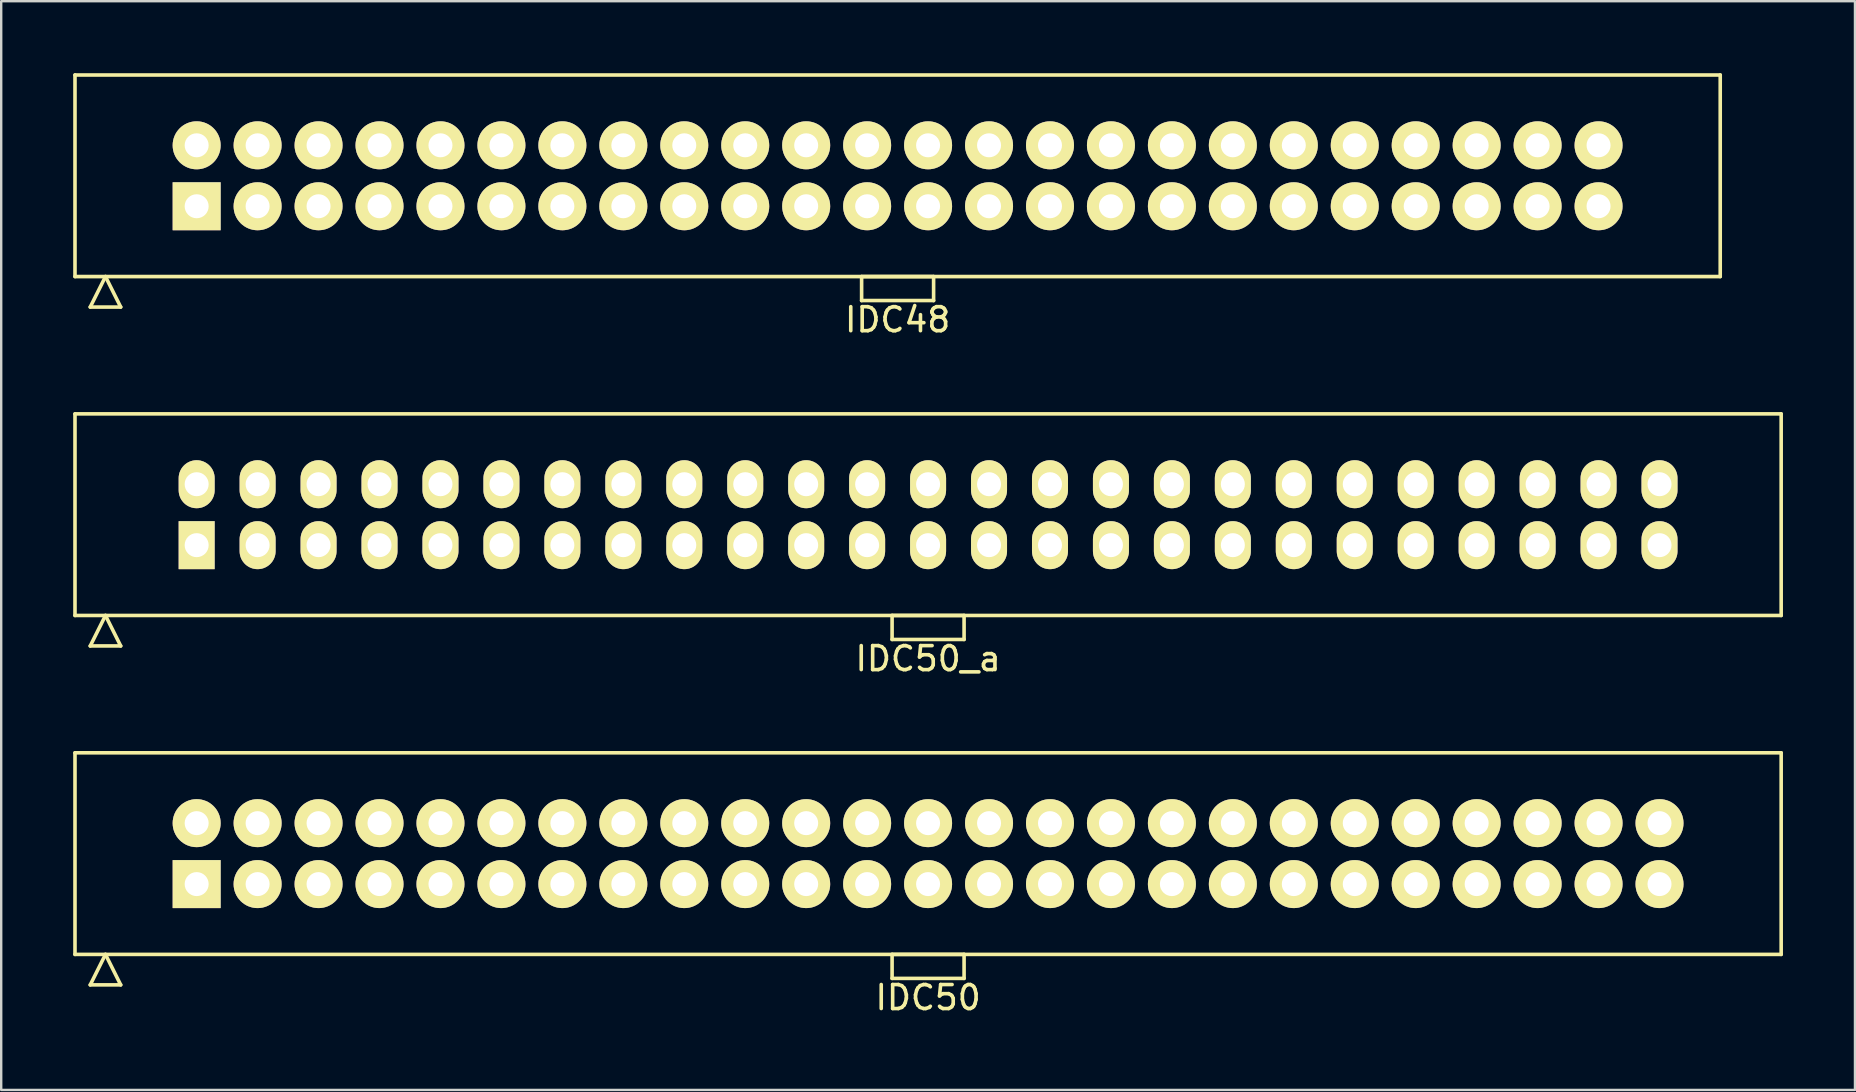
<source format=kicad_pcb>
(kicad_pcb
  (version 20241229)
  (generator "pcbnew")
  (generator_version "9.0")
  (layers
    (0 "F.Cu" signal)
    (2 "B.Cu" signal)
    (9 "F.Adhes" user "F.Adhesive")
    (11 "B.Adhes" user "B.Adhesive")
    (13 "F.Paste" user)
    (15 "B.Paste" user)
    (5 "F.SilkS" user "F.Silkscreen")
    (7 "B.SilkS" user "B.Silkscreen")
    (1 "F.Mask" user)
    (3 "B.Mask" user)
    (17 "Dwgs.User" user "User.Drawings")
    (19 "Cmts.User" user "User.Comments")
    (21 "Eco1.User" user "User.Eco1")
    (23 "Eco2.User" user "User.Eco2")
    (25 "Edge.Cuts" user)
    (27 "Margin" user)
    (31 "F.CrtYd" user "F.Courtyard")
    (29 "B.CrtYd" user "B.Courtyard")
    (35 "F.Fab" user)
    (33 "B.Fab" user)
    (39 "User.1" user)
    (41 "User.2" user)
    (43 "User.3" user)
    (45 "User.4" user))
  (footprint "IDC50_a"
    (layer "F.Cu")
    (at 35.625 18.398)
    (property "Reference" "IDC50_a" (at 0 6 0) (layer "F.SilkS") (effects (font (size 1 1) (thickness 0.15))))
    (attr through_hole)
    (fp_line (start -35.55 -4.2) (end -35.55 4.2) (stroke (width 0.15) (type solid)) (layer "F.SilkS"))
    (fp_line (start -35.55 4.2) (end 35.55 4.2) (stroke (width 0.15) (type solid)) (layer "F.SilkS"))
    (fp_line (start -34.915 5.47) (end -34.28 4.2) (stroke (width 0.15) (type solid)) (layer "F.SilkS"))
    (fp_line (start -34.915 5.47) (end -33.645 5.47) (stroke (width 0.15) (type solid)) (layer "F.SilkS"))
    (fp_line (start -33.645 5.47) (end -34.28 4.2) (stroke (width 0.15) (type solid)) (layer "F.SilkS"))
    (fp_line (start -1.5 4.2) (end -1.5 5.2) (stroke (width 0.15) (type solid)) (layer "F.SilkS"))
    (fp_line (start -1.5 5.2) (end 1.5 5.2) (stroke (width 0.15) (type solid)) (layer "F.SilkS"))
    (fp_line (start 1.5 4.2) (end -1.5 4.2) (stroke (width 0.15) (type solid)) (layer "F.SilkS"))
    (fp_line (start 1.5 5.2) (end 1.5 4.2) (stroke (width 0.15) (type solid)) (layer "F.SilkS"))
    (fp_line (start 35.55 -4.2) (end -35.55 -4.2) (stroke (width 0.15) (type solid)) (layer "F.SilkS"))
    (fp_line (start 35.55 4.2) (end 35.55 -4.2) (stroke (width 0.15) (type solid)) (layer "F.SilkS"))
    (pad "1" thru_hole rect (at -30.48 1.27) (size 1.5 2) (drill 1) (layers "*.Cu" "*.Mask" "F.SilkS"))
    (pad "2" thru_hole oval (at -30.48 -1.27) (size 1.5 2) (drill 1) (layers "*.Cu" "*.Mask" "F.SilkS"))
    (pad "3" thru_hole oval (at -27.94 1.27) (size 1.5 2) (drill 1) (layers "*.Cu" "*.Mask" "F.SilkS"))
    (pad "4" thru_hole oval (at -27.94 -1.27) (size 1.5 2) (drill 1) (layers "*.Cu" "*.Mask" "F.SilkS"))
    (pad "5" thru_hole oval (at -25.4 1.27) (size 1.5 2) (drill 1) (layers "*.Cu" "*.Mask" "F.SilkS"))
    (pad "6" thru_hole oval (at -25.4 -1.27) (size 1.5 2) (drill 1) (layers "*.Cu" "*.Mask" "F.SilkS"))
    (pad "7" thru_hole oval (at -22.86 1.27) (size 1.5 2) (drill 1) (layers "*.Cu" "*.Mask" "F.SilkS"))
    (pad "8" thru_hole oval (at -22.86 -1.27) (size 1.5 2) (drill 1) (layers "*.Cu" "*.Mask" "F.SilkS"))
    (pad "9" thru_hole oval (at -20.32 1.27) (size 1.5 2) (drill 1) (layers "*.Cu" "*.Mask" "F.SilkS"))
    (pad "10" thru_hole oval (at -20.32 -1.27) (size 1.5 2) (drill 1) (layers "*.Cu" "*.Mask" "F.SilkS"))
    (pad "11" thru_hole oval (at -17.78 1.27) (size 1.5 2) (drill 1) (layers "*.Cu" "*.Mask" "F.SilkS"))
    (pad "12" thru_hole oval (at -17.78 -1.27) (size 1.5 2) (drill 1) (layers "*.Cu" "*.Mask" "F.SilkS"))
    (pad "13" thru_hole oval (at -15.24 1.27) (size 1.5 2) (drill 1) (layers "*.Cu" "*.Mask" "F.SilkS"))
    (pad "14" thru_hole oval (at -15.24 -1.27) (size 1.5 2) (drill 1) (layers "*.Cu" "*.Mask" "F.SilkS"))
    (pad "15" thru_hole oval (at -12.7 1.27) (size 1.5 2) (drill 1) (layers "*.Cu" "*.Mask" "F.SilkS"))
    (pad "16" thru_hole oval (at -12.7 -1.27) (size 1.5 2) (drill 1) (layers "*.Cu" "*.Mask" "F.SilkS"))
    (pad "17" thru_hole oval (at -10.16 1.27) (size 1.5 2) (drill 1) (layers "*.Cu" "*.Mask" "F.SilkS"))
    (pad "18" thru_hole oval (at -10.16 -1.27) (size 1.5 2) (drill 1) (layers "*.Cu" "*.Mask" "F.SilkS"))
    (pad "19" thru_hole oval (at -7.62 1.27) (size 1.5 2) (drill 1) (layers "*.Cu" "*.Mask" "F.SilkS"))
    (pad "20" thru_hole oval (at -7.62 -1.27) (size 1.5 2) (drill 1) (layers "*.Cu" "*.Mask" "F.SilkS"))
    (pad "21" thru_hole oval (at -5.08 1.27) (size 1.5 2) (drill 1) (layers "*.Cu" "*.Mask" "F.SilkS"))
    (pad "22" thru_hole oval (at -5.08 -1.27) (size 1.5 2) (drill 1) (layers "*.Cu" "*.Mask" "F.SilkS"))
    (pad "23" thru_hole oval (at -2.54 1.27) (size 1.5 2) (drill 1) (layers "*.Cu" "*.Mask" "F.SilkS"))
    (pad "24" thru_hole oval (at -2.54 -1.27) (size 1.5 2) (drill 1) (layers "*.Cu" "*.Mask" "F.SilkS"))
    (pad "25" thru_hole oval (at 0 1.27) (size 1.5 2) (drill 1) (layers "*.Cu" "*.Mask" "F.SilkS"))
    (pad "26" thru_hole oval (at 0 -1.27) (size 1.5 2) (drill 1) (layers "*.Cu" "*.Mask" "F.SilkS"))
    (pad "27" thru_hole oval (at 2.54 1.27) (size 1.5 2) (drill 1) (layers "*.Cu" "*.Mask" "F.SilkS"))
    (pad "28" thru_hole oval (at 2.54 -1.27) (size 1.5 2) (drill 1) (layers "*.Cu" "*.Mask" "F.SilkS"))
    (pad "29" thru_hole oval (at 5.08 1.27) (size 1.5 2) (drill 1) (layers "*.Cu" "*.Mask" "F.SilkS"))
    (pad "30" thru_hole oval (at 5.08 -1.27) (size 1.5 2) (drill 1) (layers "*.Cu" "*.Mask" "F.SilkS"))
    (pad "31" thru_hole oval (at 7.62 1.27) (size 1.5 2) (drill 1) (layers "*.Cu" "*.Mask" "F.SilkS"))
    (pad "32" thru_hole oval (at 7.62 -1.27) (size 1.5 2) (drill 1) (layers "*.Cu" "*.Mask" "F.SilkS"))
    (pad "33" thru_hole oval (at 10.16 1.27) (size 1.5 2) (drill 1) (layers "*.Cu" "*.Mask" "F.SilkS"))
    (pad "34" thru_hole oval (at 10.16 -1.27) (size 1.5 2) (drill 1) (layers "*.Cu" "*.Mask" "F.SilkS"))
    (pad "35" thru_hole oval (at 12.7 1.27) (size 1.5 2) (drill 1) (layers "*.Cu" "*.Mask" "F.SilkS"))
    (pad "36" thru_hole oval (at 12.7 -1.27) (size 1.5 2) (drill 1) (layers "*.Cu" "*.Mask" "F.SilkS"))
    (pad "37" thru_hole oval (at 15.24 1.27) (size 1.5 2) (drill 1) (layers "*.Cu" "*.Mask" "F.SilkS"))
    (pad "38" thru_hole oval (at 15.24 -1.27) (size 1.5 2) (drill 1) (layers "*.Cu" "*.Mask" "F.SilkS"))
    (pad "39" thru_hole oval (at 17.78 1.27) (size 1.5 2) (drill 1) (layers "*.Cu" "*.Mask" "F.SilkS"))
    (pad "40" thru_hole oval (at 17.78 -1.27) (size 1.5 2) (drill 1) (layers "*.Cu" "*.Mask" "F.SilkS"))
    (pad "41" thru_hole oval (at 20.32 1.27) (size 1.5 2) (drill 1) (layers "*.Cu" "*.Mask" "F.SilkS"))
    (pad "42" thru_hole oval (at 20.32 -1.27) (size 1.5 2) (drill 1) (layers "*.Cu" "*.Mask" "F.SilkS"))
    (pad "43" thru_hole oval (at 22.86 1.27) (size 1.5 2) (drill 1) (layers "*.Cu" "*.Mask" "F.SilkS"))
    (pad "44" thru_hole oval (at 22.86 -1.27) (size 1.5 2) (drill 1) (layers "*.Cu" "*.Mask" "F.SilkS"))
    (pad "45" thru_hole oval (at 25.4 1.27) (size 1.5 2) (drill 1) (layers "*.Cu" "*.Mask" "F.SilkS"))
    (pad "46" thru_hole oval (at 25.4 -1.27) (size 1.5 2) (drill 1) (layers "*.Cu" "*.Mask" "F.SilkS"))
    (pad "47" thru_hole oval (at 27.94 1.27) (size 1.5 2) (drill 1) (layers "*.Cu" "*.Mask" "F.SilkS"))
    (pad "48" thru_hole oval (at 27.94 -1.27) (size 1.5 2) (drill 1) (layers "*.Cu" "*.Mask" "F.SilkS"))
    (pad "49" thru_hole oval (at 30.48 1.27) (size 1.5 2) (drill 1) (layers "*.Cu" "*.Mask" "F.SilkS"))
    (pad "50" thru_hole oval (at 30.48 -1.27) (size 1.5 2) (drill 1) (layers "*.Cu" "*.Mask" "F.SilkS")))
  (footprint "IDC50"
    (layer "F.Cu")
    (at 35.625 32.522)
    (property "Reference" "IDC50" (at 0 6 0) (layer "F.SilkS") (effects (font (size 1 1) (thickness 0.15))))
    (attr through_hole)
    (fp_line (start -35.55 -4.2) (end -35.55 4.2) (stroke (width 0.15) (type solid)) (layer "F.SilkS"))
    (fp_line (start -35.55 4.2) (end 35.55 4.2) (stroke (width 0.15) (type solid)) (layer "F.SilkS"))
    (fp_line (start -34.915 5.47) (end -34.28 4.2) (stroke (width 0.15) (type solid)) (layer "F.SilkS"))
    (fp_line (start -34.915 5.47) (end -33.645 5.47) (stroke (width 0.15) (type solid)) (layer "F.SilkS"))
    (fp_line (start -33.645 5.47) (end -34.28 4.2) (stroke (width 0.15) (type solid)) (layer "F.SilkS"))
    (fp_line (start -1.5 4.2) (end -1.5 5.2) (stroke (width 0.15) (type solid)) (layer "F.SilkS"))
    (fp_line (start -1.5 5.2) (end 1.5 5.2) (stroke (width 0.15) (type solid)) (layer "F.SilkS"))
    (fp_line (start 1.5 4.2) (end -1.5 4.2) (stroke (width 0.15) (type solid)) (layer "F.SilkS"))
    (fp_line (start 1.5 5.2) (end 1.5 4.2) (stroke (width 0.15) (type solid)) (layer "F.SilkS"))
    (fp_line (start 35.55 -4.2) (end -35.55 -4.2) (stroke (width 0.15) (type solid)) (layer "F.SilkS"))
    (fp_line (start 35.55 4.2) (end 35.55 -4.2) (stroke (width 0.15) (type solid)) (layer "F.SilkS"))
    (pad "1" thru_hole rect (at -30.48 1.27) (size 2 2) (drill 1) (layers "*.Cu" "*.Mask" "F.SilkS"))
    (pad "2" thru_hole oval (at -30.48 -1.27) (size 2 2) (drill 1) (layers "*.Cu" "*.Mask" "F.SilkS"))
    (pad "3" thru_hole oval (at -27.94 1.27) (size 2 2) (drill 1) (layers "*.Cu" "*.Mask" "F.SilkS"))
    (pad "4" thru_hole oval (at -27.94 -1.27) (size 2 2) (drill 1) (layers "*.Cu" "*.Mask" "F.SilkS"))
    (pad "5" thru_hole oval (at -25.4 1.27) (size 2 2) (drill 1) (layers "*.Cu" "*.Mask" "F.SilkS"))
    (pad "6" thru_hole oval (at -25.4 -1.27) (size 2 2) (drill 1) (layers "*.Cu" "*.Mask" "F.SilkS"))
    (pad "7" thru_hole oval (at -22.86 1.27) (size 2 2) (drill 1) (layers "*.Cu" "*.Mask" "F.SilkS"))
    (pad "8" thru_hole oval (at -22.86 -1.27) (size 2 2) (drill 1) (layers "*.Cu" "*.Mask" "F.SilkS"))
    (pad "9" thru_hole oval (at -20.32 1.27) (size 2 2) (drill 1) (layers "*.Cu" "*.Mask" "F.SilkS"))
    (pad "10" thru_hole oval (at -20.32 -1.27) (size 2 2) (drill 1) (layers "*.Cu" "*.Mask" "F.SilkS"))
    (pad "11" thru_hole oval (at -17.78 1.27) (size 2 2) (drill 1) (layers "*.Cu" "*.Mask" "F.SilkS"))
    (pad "12" thru_hole oval (at -17.78 -1.27) (size 2 2) (drill 1) (layers "*.Cu" "*.Mask" "F.SilkS"))
    (pad "13" thru_hole oval (at -15.24 1.27) (size 2 2) (drill 1) (layers "*.Cu" "*.Mask" "F.SilkS"))
    (pad "14" thru_hole oval (at -15.24 -1.27) (size 2 2) (drill 1) (layers "*.Cu" "*.Mask" "F.SilkS"))
    (pad "15" thru_hole oval (at -12.7 1.27) (size 2 2) (drill 1) (layers "*.Cu" "*.Mask" "F.SilkS"))
    (pad "16" thru_hole oval (at -12.7 -1.27) (size 2 2) (drill 1) (layers "*.Cu" "*.Mask" "F.SilkS"))
    (pad "17" thru_hole oval (at -10.16 1.27) (size 2 2) (drill 1) (layers "*.Cu" "*.Mask" "F.SilkS"))
    (pad "18" thru_hole oval (at -10.16 -1.27) (size 2 2) (drill 1) (layers "*.Cu" "*.Mask" "F.SilkS"))
    (pad "19" thru_hole oval (at -7.62 1.27) (size 2 2) (drill 1) (layers "*.Cu" "*.Mask" "F.SilkS"))
    (pad "20" thru_hole oval (at -7.62 -1.27) (size 2 2) (drill 1) (layers "*.Cu" "*.Mask" "F.SilkS"))
    (pad "21" thru_hole oval (at -5.08 1.27) (size 2 2) (drill 1) (layers "*.Cu" "*.Mask" "F.SilkS"))
    (pad "22" thru_hole oval (at -5.08 -1.27) (size 2 2) (drill 1) (layers "*.Cu" "*.Mask" "F.SilkS"))
    (pad "23" thru_hole oval (at -2.54 1.27) (size 2 2) (drill 1) (layers "*.Cu" "*.Mask" "F.SilkS"))
    (pad "24" thru_hole oval (at -2.54 -1.27) (size 2 2) (drill 1) (layers "*.Cu" "*.Mask" "F.SilkS"))
    (pad "25" thru_hole oval (at 0 1.27) (size 2 2) (drill 1) (layers "*.Cu" "*.Mask" "F.SilkS"))
    (pad "26" thru_hole oval (at 0 -1.27) (size 2 2) (drill 1) (layers "*.Cu" "*.Mask" "F.SilkS"))
    (pad "27" thru_hole oval (at 2.54 1.27) (size 2 2) (drill 1) (layers "*.Cu" "*.Mask" "F.SilkS"))
    (pad "28" thru_hole oval (at 2.54 -1.27) (size 2 2) (drill 1) (layers "*.Cu" "*.Mask" "F.SilkS"))
    (pad "29" thru_hole oval (at 5.08 1.27) (size 2 2) (drill 1) (layers "*.Cu" "*.Mask" "F.SilkS"))
    (pad "30" thru_hole oval (at 5.08 -1.27) (size 2 2) (drill 1) (layers "*.Cu" "*.Mask" "F.SilkS"))
    (pad "31" thru_hole oval (at 7.62 1.27) (size 2 2) (drill 1) (layers "*.Cu" "*.Mask" "F.SilkS"))
    (pad "32" thru_hole oval (at 7.62 -1.27) (size 2 2) (drill 1) (layers "*.Cu" "*.Mask" "F.SilkS"))
    (pad "33" thru_hole oval (at 10.16 1.27) (size 2 2) (drill 1) (layers "*.Cu" "*.Mask" "F.SilkS"))
    (pad "34" thru_hole oval (at 10.16 -1.27) (size 2 2) (drill 1) (layers "*.Cu" "*.Mask" "F.SilkS"))
    (pad "35" thru_hole oval (at 12.7 1.27) (size 2 2) (drill 1) (layers "*.Cu" "*.Mask" "F.SilkS"))
    (pad "36" thru_hole oval (at 12.7 -1.27) (size 2 2) (drill 1) (layers "*.Cu" "*.Mask" "F.SilkS"))
    (pad "37" thru_hole oval (at 15.24 1.27) (size 2 2) (drill 1) (layers "*.Cu" "*.Mask" "F.SilkS"))
    (pad "38" thru_hole oval (at 15.24 -1.27) (size 2 2) (drill 1) (layers "*.Cu" "*.Mask" "F.SilkS"))
    (pad "39" thru_hole oval (at 17.78 1.27) (size 2 2) (drill 1) (layers "*.Cu" "*.Mask" "F.SilkS"))
    (pad "40" thru_hole oval (at 17.78 -1.27) (size 2 2) (drill 1) (layers "*.Cu" "*.Mask" "F.SilkS"))
    (pad "41" thru_hole oval (at 20.32 1.27) (size 2 2) (drill 1) (layers "*.Cu" "*.Mask" "F.SilkS"))
    (pad "42" thru_hole oval (at 20.32 -1.27) (size 2 2) (drill 1) (layers "*.Cu" "*.Mask" "F.SilkS"))
    (pad "43" thru_hole oval (at 22.86 1.27) (size 2 2) (drill 1) (layers "*.Cu" "*.Mask" "F.SilkS"))
    (pad "44" thru_hole oval (at 22.86 -1.27) (size 2 2) (drill 1) (layers "*.Cu" "*.Mask" "F.SilkS"))
    (pad "45" thru_hole oval (at 25.4 1.27) (size 2 2) (drill 1) (layers "*.Cu" "*.Mask" "F.SilkS"))
    (pad "46" thru_hole oval (at 25.4 -1.27) (size 2 2) (drill 1) (layers "*.Cu" "*.Mask" "F.SilkS"))
    (pad "47" thru_hole oval (at 27.94 1.27) (size 2 2) (drill 1) (layers "*.Cu" "*.Mask" "F.SilkS"))
    (pad "48" thru_hole oval (at 27.94 -1.27) (size 2 2) (drill 1) (layers "*.Cu" "*.Mask" "F.SilkS"))
    (pad "49" thru_hole oval (at 30.48 1.27) (size 2 2) (drill 1) (layers "*.Cu" "*.Mask" "F.SilkS"))
    (pad "50" thru_hole oval (at 30.48 -1.27) (size 2 2) (drill 1) (layers "*.Cu" "*.Mask" "F.SilkS")))
  (footprint "IDC48"
    (layer "F.Cu")
    (at 34.355 4.275)
    (property "Reference" "IDC48" (at 0 6 0) (layer "F.SilkS") (effects (font (size 1 1) (thickness 0.15))))
    (attr through_hole)
    (fp_line (start -34.28 -4.2) (end -34.28 4.2) (stroke (width 0.15) (type solid)) (layer "F.SilkS"))
    (fp_line (start -34.28 4.2) (end 34.28 4.2) (stroke (width 0.15) (type solid)) (layer "F.SilkS"))
    (fp_line (start -33.645 5.47) (end -33.01 4.2) (stroke (width 0.15) (type solid)) (layer "F.SilkS"))
    (fp_line (start -33.645 5.47) (end -32.375 5.47) (stroke (width 0.15) (type solid)) (layer "F.SilkS"))
    (fp_line (start -32.375 5.47) (end -33.01 4.2) (stroke (width 0.15) (type solid)) (layer "F.SilkS"))
    (fp_line (start -1.5 4.2) (end -1.5 5.2) (stroke (width 0.15) (type solid)) (layer "F.SilkS"))
    (fp_line (start -1.5 5.2) (end 1.5 5.2) (stroke (width 0.15) (type solid)) (layer "F.SilkS"))
    (fp_line (start 1.5 4.2) (end -1.5 4.2) (stroke (width 0.15) (type solid)) (layer "F.SilkS"))
    (fp_line (start 1.5 5.2) (end 1.5 4.2) (stroke (width 0.15) (type solid)) (layer "F.SilkS"))
    (fp_line (start 34.28 -4.2) (end -34.28 -4.2) (stroke (width 0.15) (type solid)) (layer "F.SilkS"))
    (fp_line (start 34.28 4.2) (end 34.28 -4.2) (stroke (width 0.15) (type solid)) (layer "F.SilkS"))
    (pad "1" thru_hole rect (at -29.21 1.27) (size 2 2) (drill 1) (layers "*.Cu" "*.Mask" "F.SilkS"))
    (pad "2" thru_hole oval (at -29.21 -1.27) (size 2 2) (drill 1) (layers "*.Cu" "*.Mask" "F.SilkS"))
    (pad "3" thru_hole oval (at -26.67 1.27) (size 2 2) (drill 1) (layers "*.Cu" "*.Mask" "F.SilkS"))
    (pad "4" thru_hole oval (at -26.67 -1.27) (size 2 2) (drill 1) (layers "*.Cu" "*.Mask" "F.SilkS"))
    (pad "5" thru_hole oval (at -24.13 1.27) (size 2 2) (drill 1) (layers "*.Cu" "*.Mask" "F.SilkS"))
    (pad "6" thru_hole oval (at -24.13 -1.27) (size 2 2) (drill 1) (layers "*.Cu" "*.Mask" "F.SilkS"))
    (pad "7" thru_hole oval (at -21.59 1.27) (size 2 2) (drill 1) (layers "*.Cu" "*.Mask" "F.SilkS"))
    (pad "8" thru_hole oval (at -21.59 -1.27) (size 2 2) (drill 1) (layers "*.Cu" "*.Mask" "F.SilkS"))
    (pad "9" thru_hole oval (at -19.05 1.27) (size 2 2) (drill 1) (layers "*.Cu" "*.Mask" "F.SilkS"))
    (pad "10" thru_hole oval (at -19.05 -1.27) (size 2 2) (drill 1) (layers "*.Cu" "*.Mask" "F.SilkS"))
    (pad "11" thru_hole oval (at -16.51 1.27) (size 2 2) (drill 1) (layers "*.Cu" "*.Mask" "F.SilkS"))
    (pad "12" thru_hole oval (at -16.51 -1.27) (size 2 2) (drill 1) (layers "*.Cu" "*.Mask" "F.SilkS"))
    (pad "13" thru_hole oval (at -13.97 1.27) (size 2 2) (drill 1) (layers "*.Cu" "*.Mask" "F.SilkS"))
    (pad "14" thru_hole oval (at -13.97 -1.27) (size 2 2) (drill 1) (layers "*.Cu" "*.Mask" "F.SilkS"))
    (pad "15" thru_hole oval (at -11.43 1.27) (size 2 2) (drill 1) (layers "*.Cu" "*.Mask" "F.SilkS"))
    (pad "16" thru_hole oval (at -11.43 -1.27) (size 2 2) (drill 1) (layers "*.Cu" "*.Mask" "F.SilkS"))
    (pad "17" thru_hole oval (at -8.89 1.27) (size 2 2) (drill 1) (layers "*.Cu" "*.Mask" "F.SilkS"))
    (pad "18" thru_hole oval (at -8.89 -1.27) (size 2 2) (drill 1) (layers "*.Cu" "*.Mask" "F.SilkS"))
    (pad "19" thru_hole oval (at -6.35 1.27) (size 2 2) (drill 1) (layers "*.Cu" "*.Mask" "F.SilkS"))
    (pad "20" thru_hole oval (at -6.35 -1.27) (size 2 2) (drill 1) (layers "*.Cu" "*.Mask" "F.SilkS"))
    (pad "21" thru_hole oval (at -3.81 1.27) (size 2 2) (drill 1) (layers "*.Cu" "*.Mask" "F.SilkS"))
    (pad "22" thru_hole oval (at -3.81 -1.27) (size 2 2) (drill 1) (layers "*.Cu" "*.Mask" "F.SilkS"))
    (pad "23" thru_hole oval (at -1.27 1.27) (size 2 2) (drill 1) (layers "*.Cu" "*.Mask" "F.SilkS"))
    (pad "24" thru_hole oval (at -1.27 -1.27) (size 2 2) (drill 1) (layers "*.Cu" "*.Mask" "F.SilkS"))
    (pad "25" thru_hole oval (at 1.27 1.27) (size 2 2) (drill 1) (layers "*.Cu" "*.Mask" "F.SilkS"))
    (pad "26" thru_hole oval (at 1.27 -1.27) (size 2 2) (drill 1) (layers "*.Cu" "*.Mask" "F.SilkS"))
    (pad "27" thru_hole oval (at 3.81 1.27) (size 2 2) (drill 1) (layers "*.Cu" "*.Mask" "F.SilkS"))
    (pad "28" thru_hole oval (at 3.81 -1.27) (size 2 2) (drill 1) (layers "*.Cu" "*.Mask" "F.SilkS"))
    (pad "29" thru_hole oval (at 6.35 1.27) (size 2 2) (drill 1) (layers "*.Cu" "*.Mask" "F.SilkS"))
    (pad "30" thru_hole oval (at 6.35 -1.27) (size 2 2) (drill 1) (layers "*.Cu" "*.Mask" "F.SilkS"))
    (pad "31" thru_hole oval (at 8.89 1.27) (size 2 2) (drill 1) (layers "*.Cu" "*.Mask" "F.SilkS"))
    (pad "32" thru_hole oval (at 8.89 -1.27) (size 2 2) (drill 1) (layers "*.Cu" "*.Mask" "F.SilkS"))
    (pad "33" thru_hole oval (at 11.43 1.27) (size 2 2) (drill 1) (layers "*.Cu" "*.Mask" "F.SilkS"))
    (pad "34" thru_hole oval (at 11.43 -1.27) (size 2 2) (drill 1) (layers "*.Cu" "*.Mask" "F.SilkS"))
    (pad "35" thru_hole oval (at 13.97 1.27) (size 2 2) (drill 1) (layers "*.Cu" "*.Mask" "F.SilkS"))
    (pad "36" thru_hole oval (at 13.97 -1.27) (size 2 2) (drill 1) (layers "*.Cu" "*.Mask" "F.SilkS"))
    (pad "37" thru_hole oval (at 16.51 1.27) (size 2 2) (drill 1) (layers "*.Cu" "*.Mask" "F.SilkS"))
    (pad "38" thru_hole oval (at 16.51 -1.27) (size 2 2) (drill 1) (layers "*.Cu" "*.Mask" "F.SilkS"))
    (pad "39" thru_hole oval (at 19.05 1.27) (size 2 2) (drill 1) (layers "*.Cu" "*.Mask" "F.SilkS"))
    (pad "40" thru_hole oval (at 19.05 -1.27) (size 2 2) (drill 1) (layers "*.Cu" "*.Mask" "F.SilkS"))
    (pad "41" thru_hole oval (at 21.59 1.27) (size 2 2) (drill 1) (layers "*.Cu" "*.Mask" "F.SilkS"))
    (pad "42" thru_hole oval (at 21.59 -1.27) (size 2 2) (drill 1) (layers "*.Cu" "*.Mask" "F.SilkS"))
    (pad "43" thru_hole oval (at 24.13 1.27) (size 2 2) (drill 1) (layers "*.Cu" "*.Mask" "F.SilkS"))
    (pad "44" thru_hole oval (at 24.13 -1.27) (size 2 2) (drill 1) (layers "*.Cu" "*.Mask" "F.SilkS"))
    (pad "45" thru_hole oval (at 26.67 1.27) (size 2 2) (drill 1) (layers "*.Cu" "*.Mask" "F.SilkS"))
    (pad "46" thru_hole oval (at 26.67 -1.27) (size 2 2) (drill 1) (layers "*.Cu" "*.Mask" "F.SilkS"))
    (pad "47" thru_hole oval (at 29.21 1.27) (size 2 2) (drill 1) (layers "*.Cu" "*.Mask" "F.SilkS"))
    (pad "48" thru_hole oval (at 29.21 -1.27) (size 2 2) (drill 1) (layers "*.Cu" "*.Mask" "F.SilkS")))
  (gr_rect
    (start -3 -3)
    (end 74.25 42.37)
    (stroke (width 0.1) (type default))
    (fill no)
    (layer "Edge.Cuts")))
</source>
